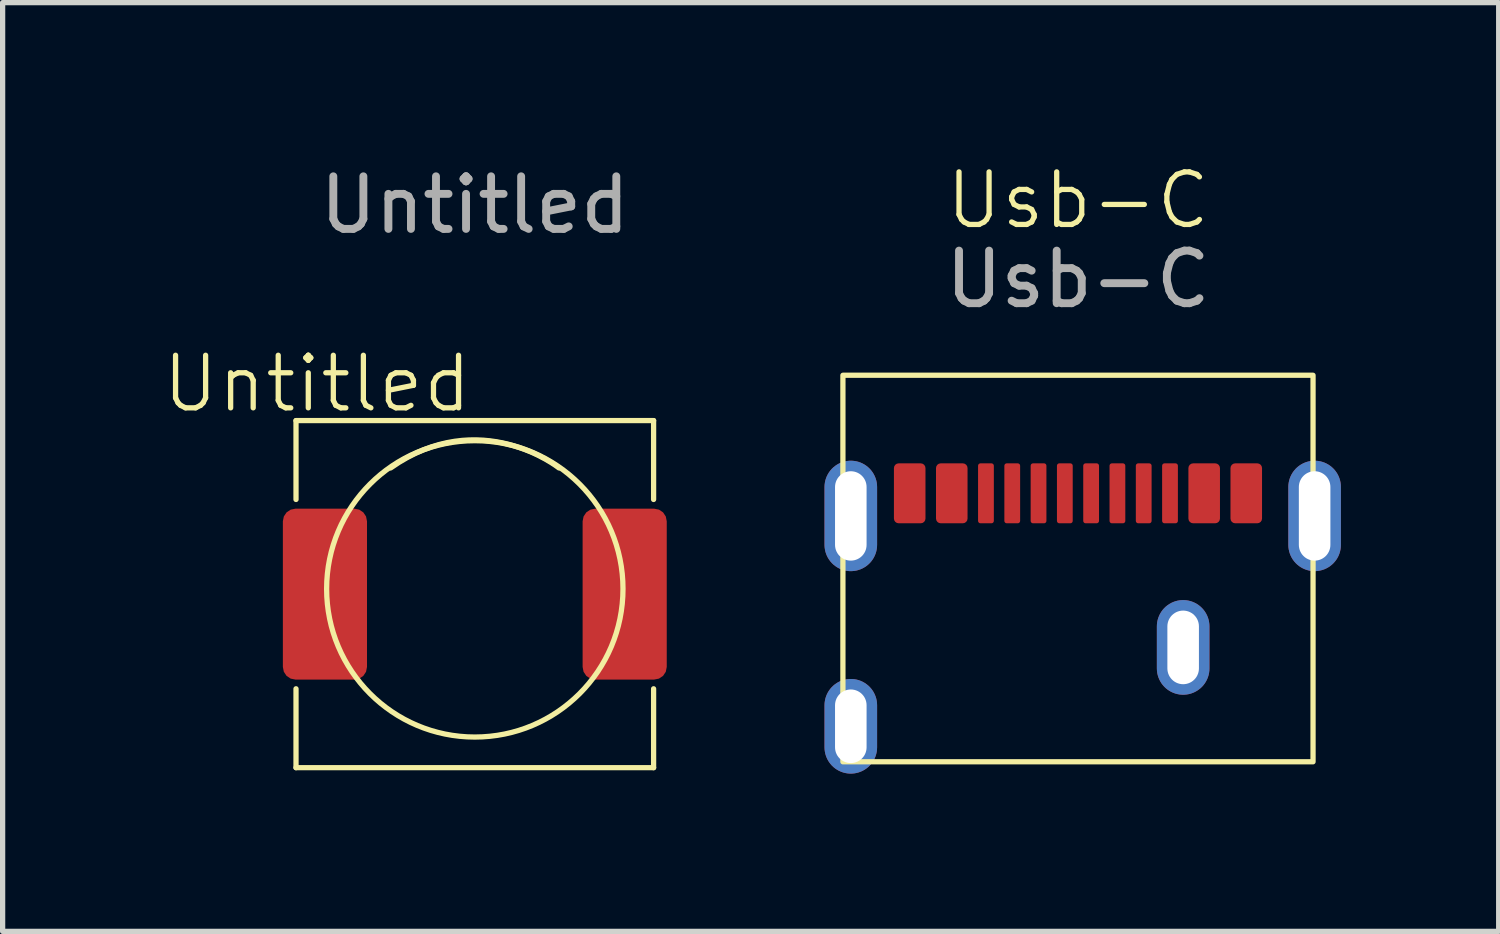
<source format=kicad_pcb>
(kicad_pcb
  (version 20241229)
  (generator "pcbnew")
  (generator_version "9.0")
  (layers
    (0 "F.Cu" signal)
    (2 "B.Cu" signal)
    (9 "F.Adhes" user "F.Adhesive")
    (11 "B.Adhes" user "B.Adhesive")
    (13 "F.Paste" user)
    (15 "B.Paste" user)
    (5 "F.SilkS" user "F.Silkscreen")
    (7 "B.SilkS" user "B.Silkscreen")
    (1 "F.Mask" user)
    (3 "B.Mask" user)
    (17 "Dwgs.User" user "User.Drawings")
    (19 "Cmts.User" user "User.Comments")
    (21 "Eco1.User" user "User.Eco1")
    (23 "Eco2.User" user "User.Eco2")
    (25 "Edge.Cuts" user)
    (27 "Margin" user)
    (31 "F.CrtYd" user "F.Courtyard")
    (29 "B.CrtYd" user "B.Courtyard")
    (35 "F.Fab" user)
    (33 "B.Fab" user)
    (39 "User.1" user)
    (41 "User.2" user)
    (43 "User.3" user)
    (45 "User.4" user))
  (footprint "Usb-C"
    (layer "F.Cu")
    (at 17.449 5.761)
    (property "Reference" "Usb-C" (at 0 -5 0) (unlocked yes) (layer "F.SilkS") (effects (font (size 1 1) (thickness 0.1))))
    (attr smd)
    (fp_rect (start -4.47 -1.675) (end 4.47 5.675) (stroke (width 0.1) (type solid)) (fill no) (layer "F.SilkS"))
    (fp_text user "${REFERENCE}" (at 0 -3.5 0) (unlocked yes) (layer "F.Fab") (effects (font (size 1 1) (thickness 0.15))))
    (pad "" smd roundrect (at -3.2 0.57 90) (size 1.14 0.6) (layers "F.Cu" "F.Mask" "F.Paste") (roundrect_rratio 0.15))
    (pad "" smd roundrect (at -2.4 0.57 90) (size 1.14 0.6) (layers "F.Cu" "F.Mask" "F.Paste") (roundrect_rratio 0.15))
    (pad "" smd roundrect (at -1.75 0.57 90) (size 1.14 0.3) (layers "F.Cu" "F.Mask" "F.Paste") (roundrect_rratio 0.15))
    (pad "" smd roundrect (at -1.25 0.57 90) (size 1.14 0.3) (layers "F.Cu" "F.Mask" "F.Paste") (roundrect_rratio 0.15))
    (pad "" smd roundrect (at -0.75 0.57 90) (size 1.14 0.3) (layers "F.Cu" "F.Mask" "F.Paste") (roundrect_rratio 0.15))
    (pad "" smd roundrect (at -0.25 0.57 90) (size 1.14 0.3) (layers "F.Cu" "F.Mask" "F.Paste") (roundrect_rratio 0.15))
    (pad "" smd roundrect (at 0.25 0.57 90) (size 1.14 0.3) (layers "F.Cu" "F.Mask" "F.Paste") (roundrect_rratio 0.15))
    (pad "" smd roundrect (at 0.75 0.57 90) (size 1.14 0.3) (layers "F.Cu" "F.Mask" "F.Paste") (roundrect_rratio 0.15))
    (pad "" smd roundrect (at 1.25 0.57 90) (size 1.14 0.3) (layers "F.Cu" "F.Mask" "F.Paste") (roundrect_rratio 0.15))
    (pad "" smd roundrect (at 1.75 0.57 90) (size 1.14 0.3) (layers "F.Cu" "F.Mask" "F.Paste") (roundrect_rratio 0.15))
    (pad "" smd roundrect (at 2.4 0.57 90) (size 1.14 0.6) (layers "F.Cu" "F.Mask" "F.Paste") (roundrect_rratio 0.15))
    (pad "" smd roundrect (at 3.2 0.57 90) (size 1.14 0.6) (layers "F.Cu" "F.Mask" "F.Paste") (roundrect_rratio 0.15))
    (pad "7" thru_hole oval (at -4.32 1 90) (size 2.1 1) (drill oval 1.7 0.6) (layers "*.Cu" "*.Mask"))
    (pad "7" thru_hole oval (at -4.32 5 90) (size 1.8 1) (drill oval 1.4 0.6) (layers "*.Cu" "*.Mask"))
    (pad "7" thru_hole oval (at 2 3.5 90) (size 1.8 1) (drill oval 1.4 0.6) (layers "*.Cu" "*.Mask"))
    (pad "7" thru_hole oval (at 4.5 1 90) (size 2.1 1) (drill oval 1.7 0.6) (layers "*.Cu" "*.Mask")))
  (footprint "Untitled"
    (layer "F.Cu")
    (at 5.979 4.948)
    (property "Reference" "Untitled" (at -3 -0.7 0) (unlocked yes) (layer "F.SilkS") (effects (font (size 1 1) (thickness 0.1))))
    (attr smd)
    (fp_line (start -3.4 0) (end 3.4 0) (stroke (width 0.1) (type default)) (layer "F.SilkS"))
    (fp_line (start -3.4 1.5) (end -3.4 0) (stroke (width 0.1) (type default)) (layer "F.SilkS"))
    (fp_line (start -3.4 5.1) (end -3.4 6.6) (stroke (width 0.1) (type default)) (layer "F.SilkS"))
    (fp_line (start 3.4 1.5) (end 3.4 0) (stroke (width 0.1) (type default)) (layer "F.SilkS"))
    (fp_line (start 3.4 5.1) (end 3.4 6.6) (stroke (width 0.1) (type solid)) (layer "F.SilkS"))
    (fp_line (start 3.4 6.6) (end -3.4 6.6) (stroke (width 0.1) (type default)) (layer "F.SilkS"))
    (fp_circle (center 0 3.2) (end 1.3 0.7) (stroke (width 0.1) (type default)) (fill no) (layer "F.SilkS"))
    (fp_curve (pts (xy -1.6 0.9) (xy 0.1 -0.3) (xy 1.6 0.9) (xy 1.6 0.9)) (stroke (width 0.1) (type default)) (layer "F.SilkS"))
    (fp_text user "${REFERENCE}" (at 0 -4.1 0) (unlocked yes) (layer "F.Fab") (effects (font (size 1 1) (thickness 0.15))))
    (pad "1" smd roundrect (at 2.85 3.3) (size 1.6 3.25) (layers "F.Cu" "F.Mask" "F.Paste") (roundrect_rratio 0.15))
    (pad "2" smd roundrect (at -2.85 3.3) (size 1.6 3.25) (layers "F.Cu" "F.Mask" "F.Paste") (roundrect_rratio 0.15)))
  (gr_rect
    (start -3 -3)
    (end 25.449 14.661)
    (stroke (width 0.1) (type default))
    (fill no)
    (layer "Edge.Cuts")))
</source>
